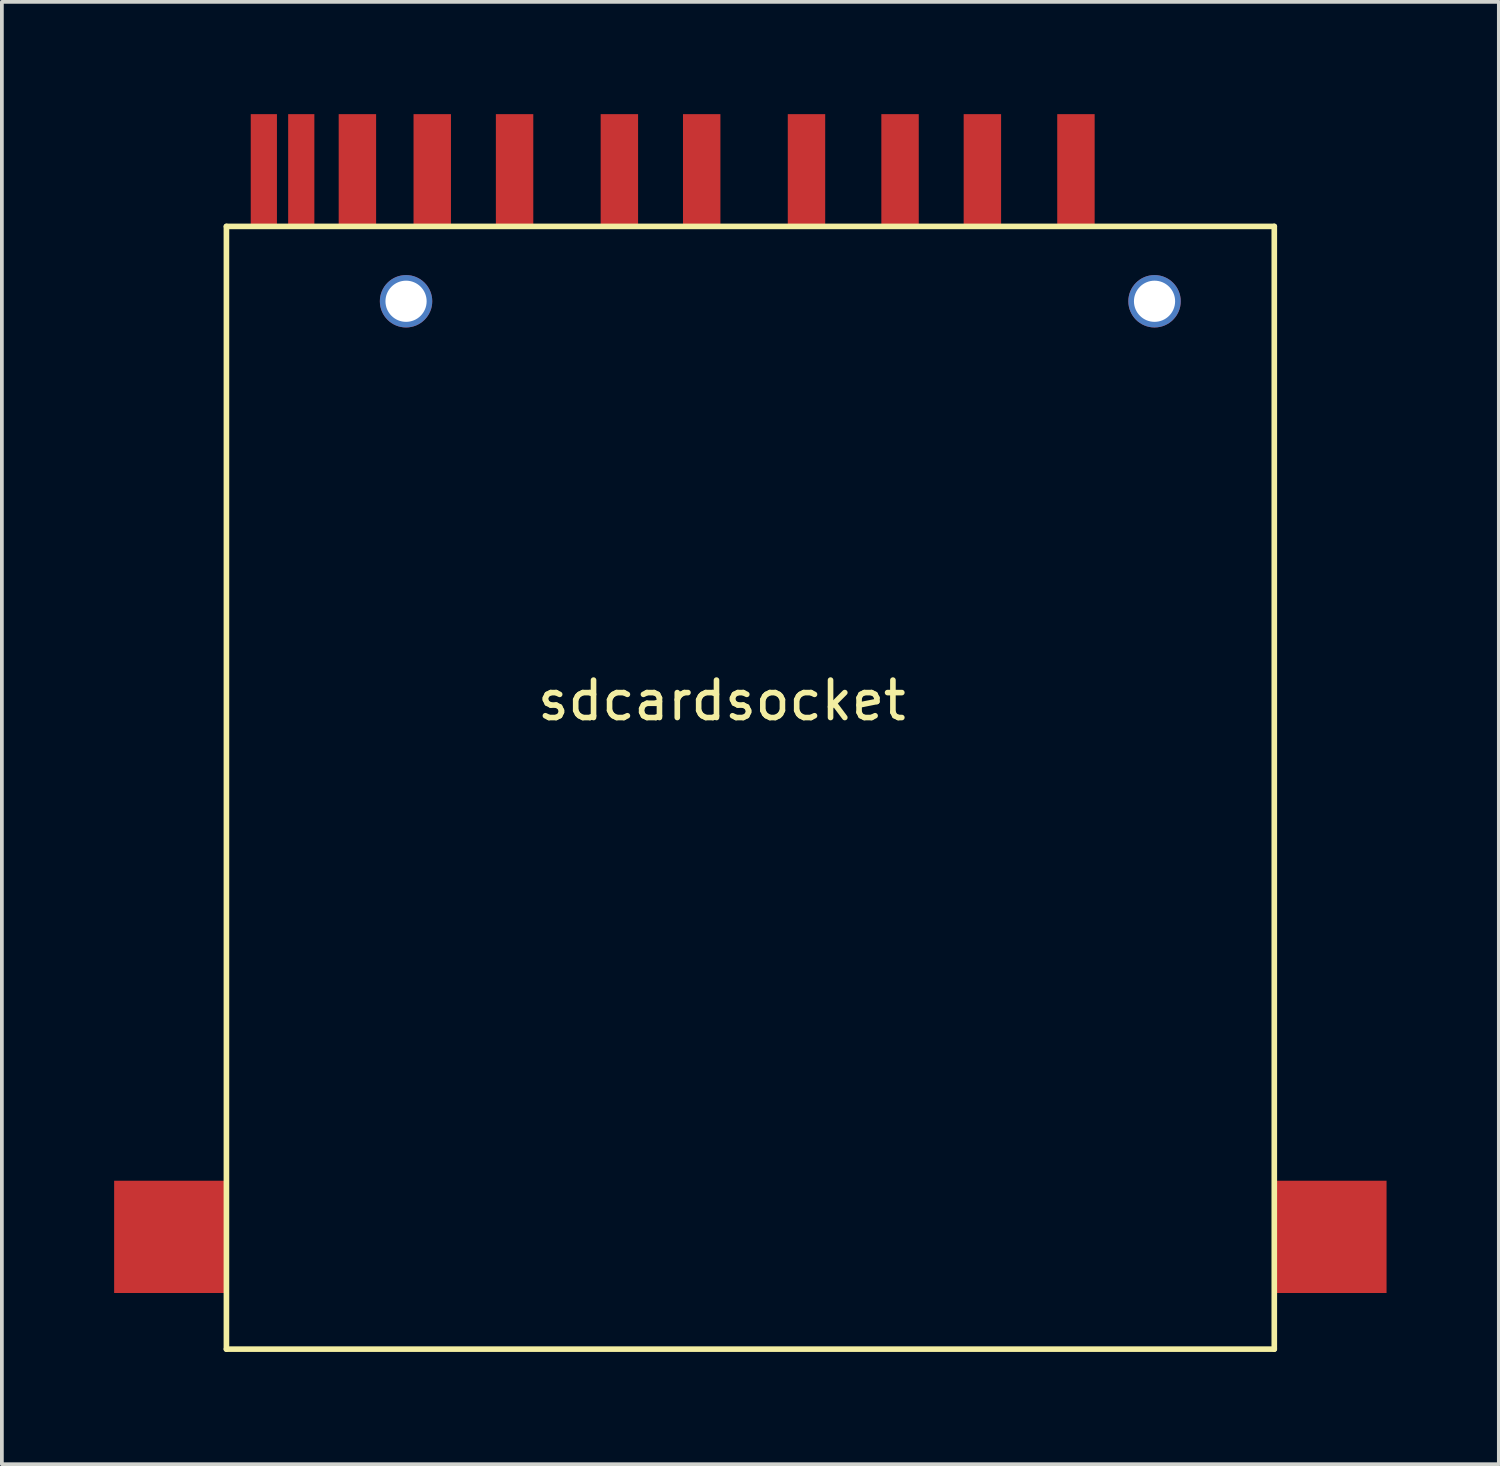
<source format=kicad_pcb>
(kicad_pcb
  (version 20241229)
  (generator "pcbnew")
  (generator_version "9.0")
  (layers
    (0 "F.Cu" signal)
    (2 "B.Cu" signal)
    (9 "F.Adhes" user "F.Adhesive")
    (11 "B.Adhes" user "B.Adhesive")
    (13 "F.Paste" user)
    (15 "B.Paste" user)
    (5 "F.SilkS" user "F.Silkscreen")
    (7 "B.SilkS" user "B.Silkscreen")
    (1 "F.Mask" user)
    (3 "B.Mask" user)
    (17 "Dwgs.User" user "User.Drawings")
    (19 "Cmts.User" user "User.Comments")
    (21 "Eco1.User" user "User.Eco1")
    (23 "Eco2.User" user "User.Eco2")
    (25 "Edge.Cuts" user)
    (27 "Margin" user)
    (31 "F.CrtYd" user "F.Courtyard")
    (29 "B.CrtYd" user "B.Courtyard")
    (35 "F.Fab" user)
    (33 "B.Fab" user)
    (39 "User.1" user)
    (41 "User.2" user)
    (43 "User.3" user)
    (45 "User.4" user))
  (footprint "sdcardsocket"
    (layer "F.Cu")
    (at 17 5)
    (property "Reference" "sdcardsocket" (at -0.762 10.668 0) (layer "F.SilkS") (effects (font (size 1 1) (thickness 0.15))))
    (attr through_hole)
    (fp_line (start -14 -2) (end 14 -2) (stroke (width 0.15) (type solid)) (layer "F.SilkS"))
    (fp_line (start -14 28) (end -14 -2) (stroke (width 0.15) (type solid)) (layer "F.SilkS"))
    (fp_line (start 14 -2) (end 14 28) (stroke (width 0.15) (type solid)) (layer "F.SilkS"))
    (fp_line (start 14 28) (end -14 28) (stroke (width 0.15) (type solid)) (layer "F.SilkS"))
    (pad "" thru_hole circle (at -9.2 0) (size 1.4 1.4) (drill 1.1) (layers "*.Cu" "*.Mask"))
    (pad "" thru_hole circle (at 10.8 0) (size 1.4 1.4) (drill 1.1) (layers "*.Cu" "*.Mask"))
    (pad "1" smd rect (at 6.2 -3.5) (size 1 3) (layers "F.Cu" "F.Mask" "F.Paste"))
    (pad "2" smd rect (at 4 -3.5) (size 1 3) (layers "F.Cu" "F.Mask" "F.Paste"))
    (pad "3" smd rect (at 1.5 -3.5) (size 1 3) (layers "F.Cu" "F.Mask" "F.Paste"))
    (pad "4" smd rect (at -1.3 -3.5) (size 1 3) (layers "F.Cu" "F.Mask" "F.Paste"))
    (pad "5" smd rect (at -3.5 -3.5) (size 1 3) (layers "F.Cu" "F.Mask" "F.Paste"))
    (pad "6" smd rect (at -6.3 -3.5) (size 1 3) (layers "F.Cu" "F.Mask" "F.Paste"))
    (pad "7" smd rect (at -8.5 -3.5) (size 1 3) (layers "F.Cu" "F.Mask" "F.Paste"))
    (pad "8" smd rect (at -10.5 -3.5) (size 1 3) (layers "F.Cu" "F.Mask" "F.Paste"))
    (pad "9" smd rect (at 8.7 -3.5) (size 1 3) (layers "F.Cu" "F.Mask" "F.Paste"))
    (pad "10" smd rect (at -12 -3.5) (size 0.7 3) (layers "F.Cu" "F.Mask" "F.Paste"))
    (pad "11" smd rect (at -13 -3.5) (size 0.7 3) (layers "F.Cu" "F.Mask" "F.Paste"))
    (pad "12" smd rect (at -15.5 25) (size 3 3) (layers "F.Cu" "F.Mask" "F.Paste"))
    (pad "13" smd rect (at 15.5 25) (size 3 3) (layers "F.Cu" "F.Mask" "F.Paste")))
  (gr_rect
    (start -3 -3)
    (end 37 36.075)
    (stroke (width 0.1) (type default))
    (fill no)
    (layer "Edge.Cuts")))
</source>
